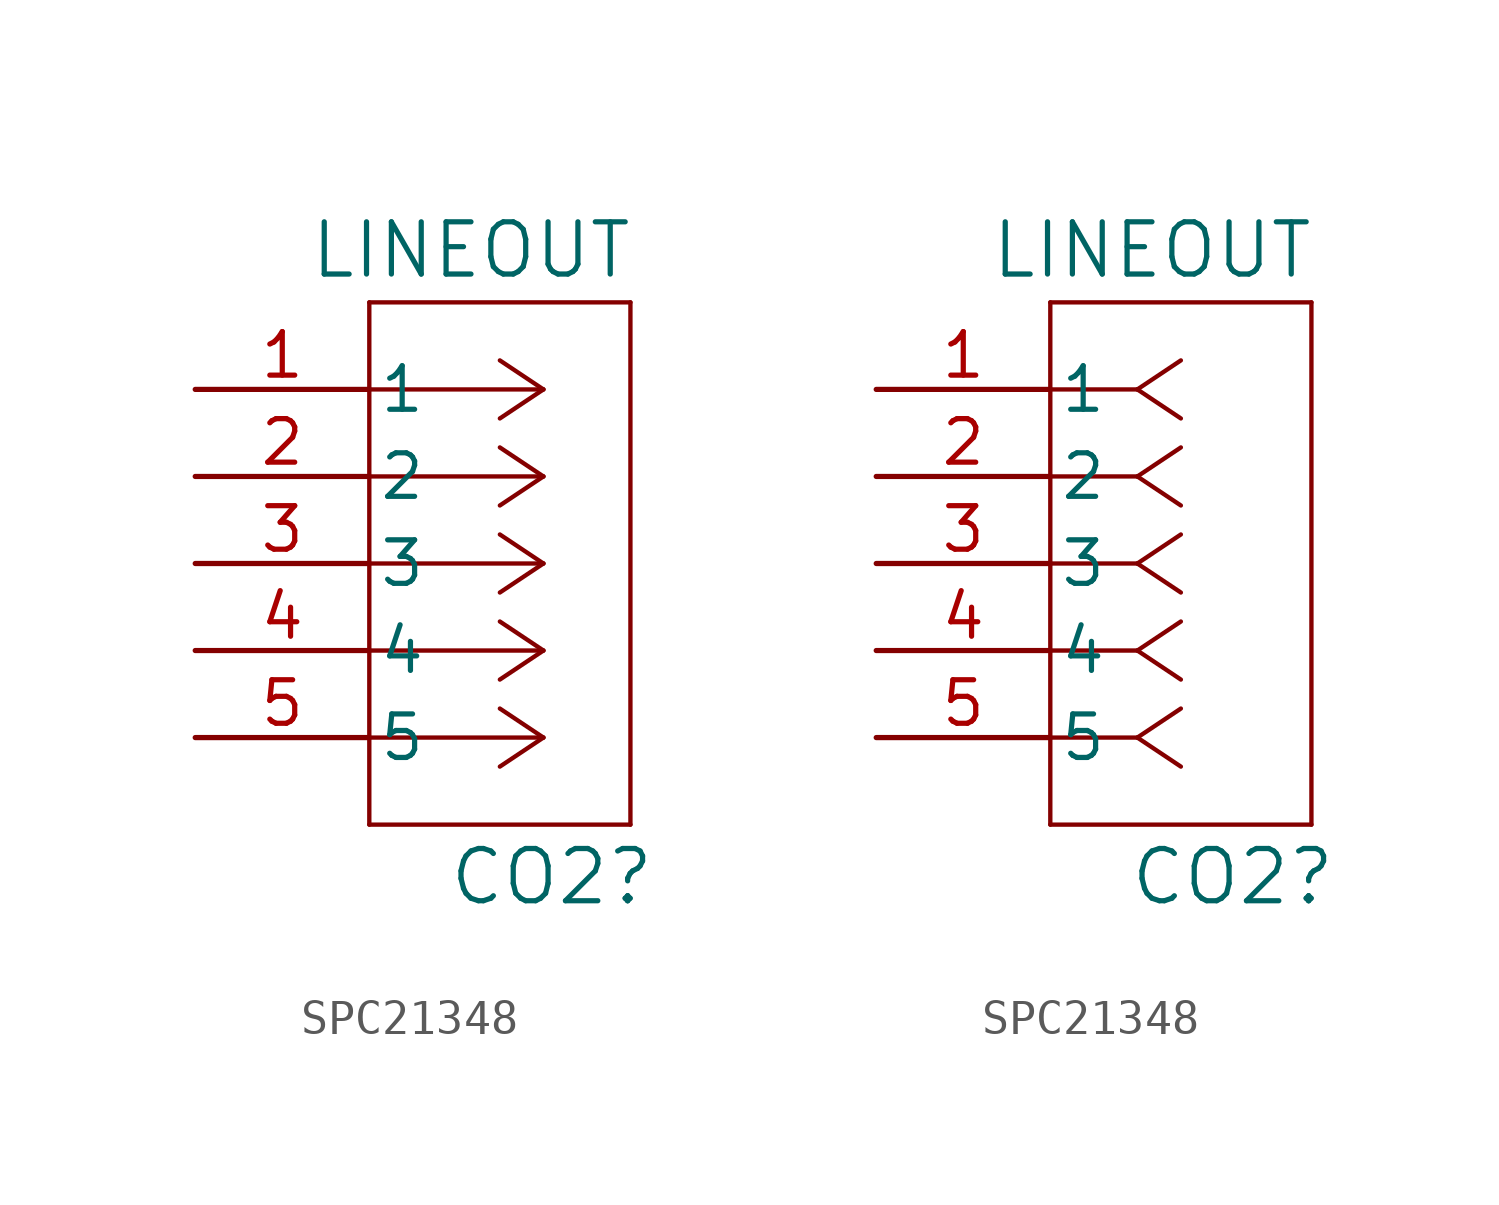
<source format=kicad_sym>
(kicad_symbol_lib
  (version 20241209)
  (generator "kicad_symbol_editor")
  (generator_version "9.0")
  (symbol "SPC21348"
    (pin_names
      (offset 0.254))
    (property "Reference" "CO2"
      (at 7.366 -14.224 0)
      (effects (font (size 1.524 1.524)) (justify left)))
    (property "Value" "LINEOUT"
      (at 3.302 4.064 0)
      (effects (font (size 1.524 1.524)) (justify left)))
    (property "ki_locked" ""
      (at 0 0 0)
      (effects (font (size 1.27 1.27))))
    (symbol "SPC21348_1_1"
      (polyline (pts (xy 5.08 2.54) (xy 5.08 -12.7)) (stroke (width 0.127) (type default)) (fill (type none)))
      (polyline (pts (xy 5.08 -12.7) (xy 12.7 -12.7)) (stroke (width 0.127) (type default)) (fill (type none)))
      (polyline (pts (xy 10.16 0) (xy 5.08 0)) (stroke (width 0.127) (type default)) (fill (type none)))
      (polyline (pts (xy 10.16 0) (xy 8.89 0.847)) (stroke (width 0.127) (type default)) (fill (type none)))
      (polyline (pts (xy 10.16 0) (xy 8.89 -0.847)) (stroke (width 0.127) (type default)) (fill (type none)))
      (polyline (pts (xy 10.16 -2.54) (xy 5.08 -2.54)) (stroke (width 0.127) (type default)) (fill (type none)))
      (polyline (pts (xy 10.16 -2.54) (xy 8.89 -1.693)) (stroke (width 0.127) (type default)) (fill (type none)))
      (polyline (pts (xy 10.16 -2.54) (xy 8.89 -3.387)) (stroke (width 0.127) (type default)) (fill (type none)))
      (polyline (pts (xy 10.16 -5.08) (xy 5.08 -5.08)) (stroke (width 0.127) (type default)) (fill (type none)))
      (polyline (pts (xy 10.16 -5.08) (xy 8.89 -4.233)) (stroke (width 0.127) (type default)) (fill (type none)))
      (polyline (pts (xy 10.16 -5.08) (xy 8.89 -5.927)) (stroke (width 0.127) (type default)) (fill (type none)))
      (polyline (pts (xy 10.16 -7.62) (xy 5.08 -7.62)) (stroke (width 0.127) (type default)) (fill (type none)))
      (polyline (pts (xy 10.16 -7.62) (xy 8.89 -6.773)) (stroke (width 0.127) (type default)) (fill (type none)))
      (polyline (pts (xy 10.16 -7.62) (xy 8.89 -8.467)) (stroke (width 0.127) (type default)) (fill (type none)))
      (polyline (pts (xy 10.16 -10.16) (xy 5.08 -10.16)) (stroke (width 0.127) (type default)) (fill (type none)))
      (polyline (pts (xy 10.16 -10.16) (xy 8.89 -9.313)) (stroke (width 0.127) (type default)) (fill (type none)))
      (polyline (pts (xy 10.16 -10.16) (xy 8.89 -11.007)) (stroke (width 0.127) (type default)) (fill (type none)))
      (polyline (pts (xy 12.7 2.54) (xy 5.08 2.54)) (stroke (width 0.127) (type default)) (fill (type none)))
      (polyline (pts (xy 12.7 -12.7) (xy 12.7 2.54)) (stroke (width 0.127) (type default)) (fill (type none)))
      (pin unspecified line (at 0 0 0) (length 5.08) (name "1" (effects (font (size 1.27 1.27)))) (number "1" (effects (font (size 1.27 1.27)))))
      (pin unspecified line (at 0 -2.54 0) (length 5.08) (name "2" (effects (font (size 1.27 1.27)))) (number "2" (effects (font (size 1.27 1.27)))))
      (pin unspecified line (at 0 -5.08 0) (length 5.08) (name "3" (effects (font (size 1.27 1.27)))) (number "3" (effects (font (size 1.27 1.27)))))
      (pin unspecified line (at 0 -7.62 0) (length 5.08) (name "4" (effects (font (size 1.27 1.27)))) (number "4" (effects (font (size 1.27 1.27)))))
      (pin unspecified line (at 0 -10.16 0) (length 5.08) (name "5" (effects (font (size 1.27 1.27)))) (number "5" (effects (font (size 1.27 1.27))))))
    (symbol "SPC21348_1_2"
      (polyline (pts (xy 5.08 2.54) (xy 5.08 -12.7)) (stroke (width 0.127) (type default)) (fill (type none)))
      (polyline (pts (xy 5.08 -12.7) (xy 12.7 -12.7)) (stroke (width 0.127) (type default)) (fill (type none)))
      (polyline (pts (xy 7.62 0) (xy 5.08 0)) (stroke (width 0.127) (type default)) (fill (type none)))
      (polyline (pts (xy 7.62 0) (xy 8.89 0.847)) (stroke (width 0.127) (type default)) (fill (type none)))
      (polyline (pts (xy 7.62 0) (xy 8.89 -0.847)) (stroke (width 0.127) (type default)) (fill (type none)))
      (polyline (pts (xy 7.62 -2.54) (xy 5.08 -2.54)) (stroke (width 0.127) (type default)) (fill (type none)))
      (polyline (pts (xy 7.62 -2.54) (xy 8.89 -1.693)) (stroke (width 0.127) (type default)) (fill (type none)))
      (polyline (pts (xy 7.62 -2.54) (xy 8.89 -3.387)) (stroke (width 0.127) (type default)) (fill (type none)))
      (polyline (pts (xy 7.62 -5.08) (xy 5.08 -5.08)) (stroke (width 0.127) (type default)) (fill (type none)))
      (polyline (pts (xy 7.62 -5.08) (xy 8.89 -4.233)) (stroke (width 0.127) (type default)) (fill (type none)))
      (polyline (pts (xy 7.62 -5.08) (xy 8.89 -5.927)) (stroke (width 0.127) (type default)) (fill (type none)))
      (polyline (pts (xy 7.62 -7.62) (xy 5.08 -7.62)) (stroke (width 0.127) (type default)) (fill (type none)))
      (polyline (pts (xy 7.62 -7.62) (xy 8.89 -6.773)) (stroke (width 0.127) (type default)) (fill (type none)))
      (polyline (pts (xy 7.62 -7.62) (xy 8.89 -8.467)) (stroke (width 0.127) (type default)) (fill (type none)))
      (polyline (pts (xy 7.62 -10.16) (xy 5.08 -10.16)) (stroke (width 0.127) (type default)) (fill (type none)))
      (polyline (pts (xy 7.62 -10.16) (xy 8.89 -9.313)) (stroke (width 0.127) (type default)) (fill (type none)))
      (polyline (pts (xy 7.62 -10.16) (xy 8.89 -11.007)) (stroke (width 0.127) (type default)) (fill (type none)))
      (polyline (pts (xy 12.7 2.54) (xy 5.08 2.54)) (stroke (width 0.127) (type default)) (fill (type none)))
      (polyline (pts (xy 12.7 -12.7) (xy 12.7 2.54)) (stroke (width 0.127) (type default)) (fill (type none)))
      (pin unspecified line (at 0 0 0) (length 5.08) (name "1" (effects (font (size 1.27 1.27)))) (number "1" (effects (font (size 1.27 1.27)))))
      (pin unspecified line (at 0 -2.54 0) (length 5.08) (name "2" (effects (font (size 1.27 1.27)))) (number "2" (effects (font (size 1.27 1.27)))))
      (pin unspecified line (at 0 -5.08 0) (length 5.08) (name "3" (effects (font (size 1.27 1.27)))) (number "3" (effects (font (size 1.27 1.27)))))
      (pin unspecified line (at 0 -7.62 0) (length 5.08) (name "4" (effects (font (size 1.27 1.27)))) (number "4" (effects (font (size 1.27 1.27)))))
      (pin unspecified line (at 0 -10.16 0) (length 5.08) (name "5" (effects (font (size 1.27 1.27)))) (number "5" (effects (font (size 1.27 1.27))))))))
</source>
